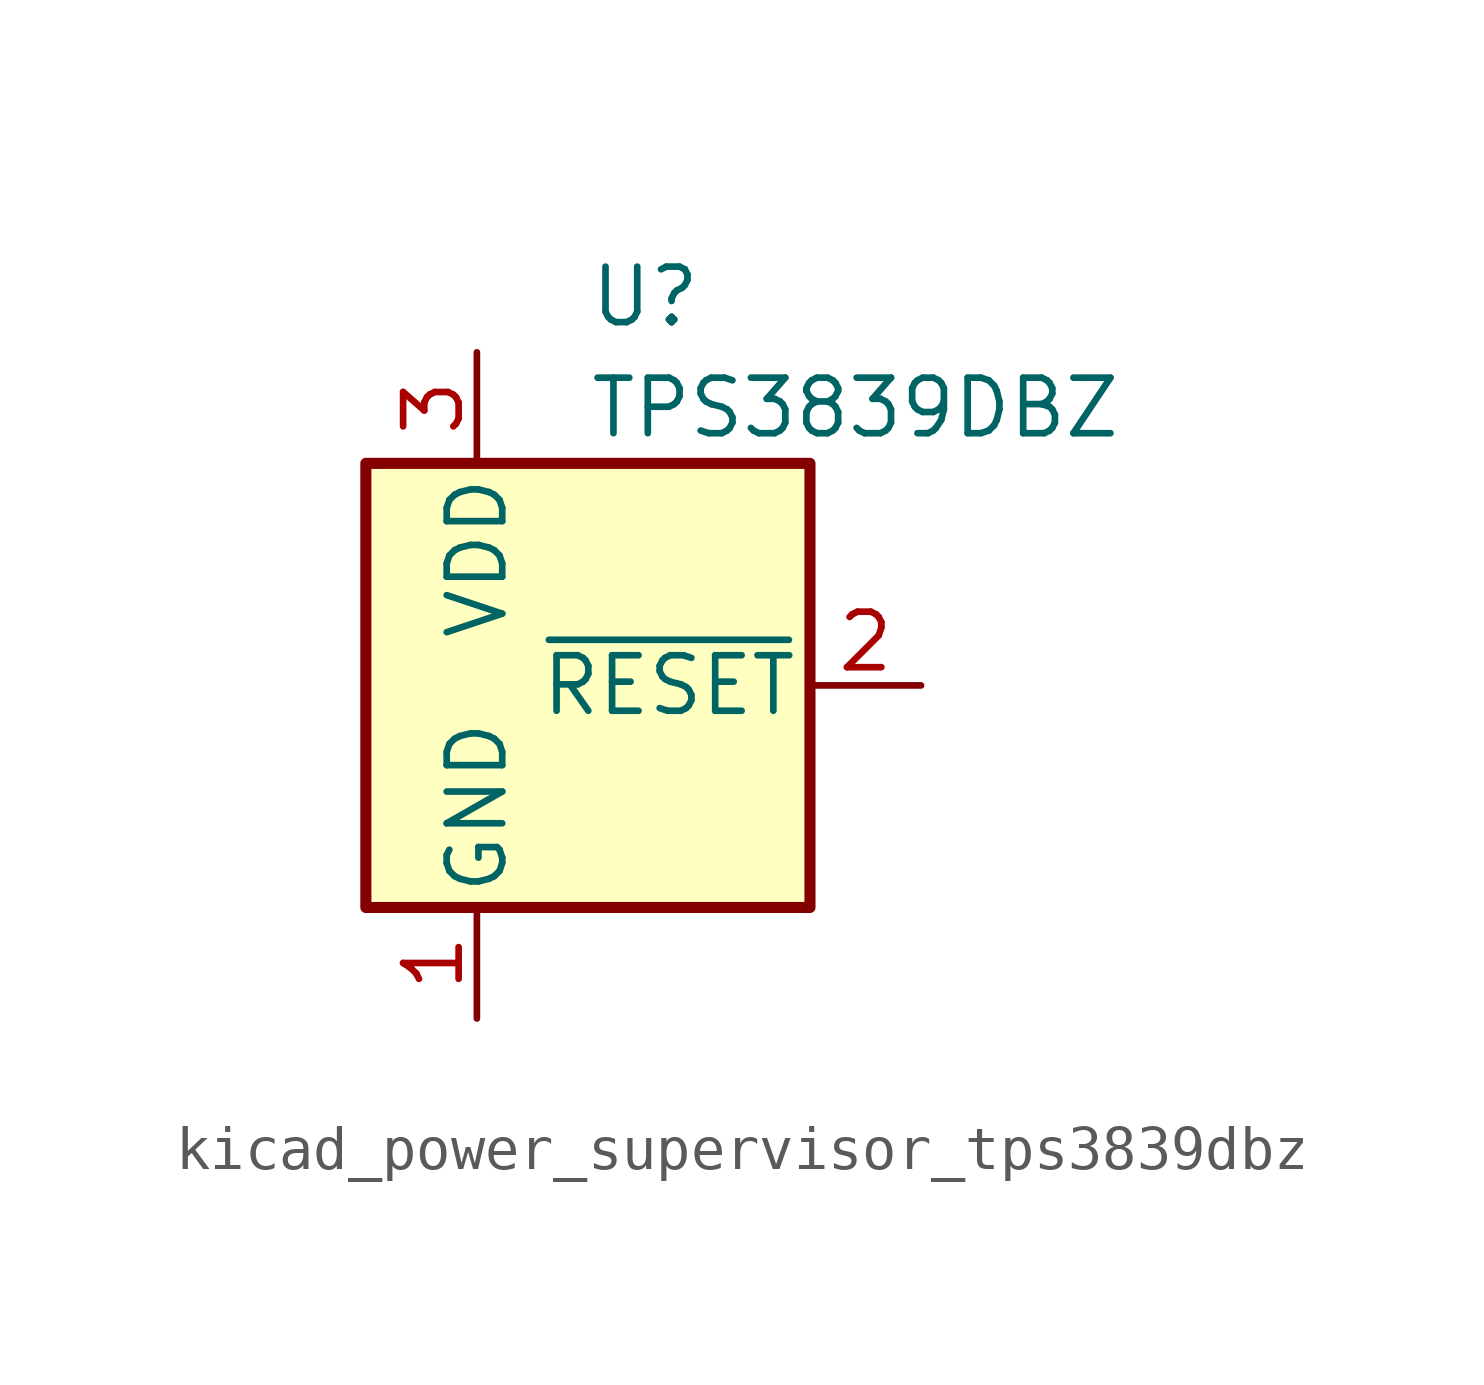
<source format=kicad_sym>
(kicad_symbol_lib
  (version 20220914)
  (generator kicad_symbol_editor)
  (symbol "kicad_power_supervisor_tps3839dbz"
    (pin_names
      (offset 0.254))
    (property "Reference" "U"
      (at 2.54 8.89 0)
      (effects (font (size 1.27 1.27)) (justify left)))
    (property "Value" "TPS3839DBZ"
      (at 2.54 6.35 0)
      (effects (font (size 1.27 1.27)) (justify left)))
    (symbol "kicad_power_supervisor_tps3839dbz_0_1"
      (rectangle (start -2.54 5.08) (end 7.62 -5.08) (stroke (width 0.254) (type default)) (fill (type background))))
    (symbol "kicad_power_supervisor_tps3839dbz_1_1"
      (pin power_in line (at 0 -7.62 90) (length 2.54) (name "GND" (effects (font (size 1.27 1.27)))) (number "1" (effects (font (size 1.27 1.27)))))
      (pin output line (at 10.16 0 180) (length 2.54) (name "~{RESET}" (effects (font (size 1.27 1.27)))) (number "2" (effects (font (size 1.27 1.27)))))
      (pin power_in line (at 0 7.62 270) (length 2.54) (name "VDD" (effects (font (size 1.27 1.27)))) (number "3" (effects (font (size 1.27 1.27))))))))
</source>
